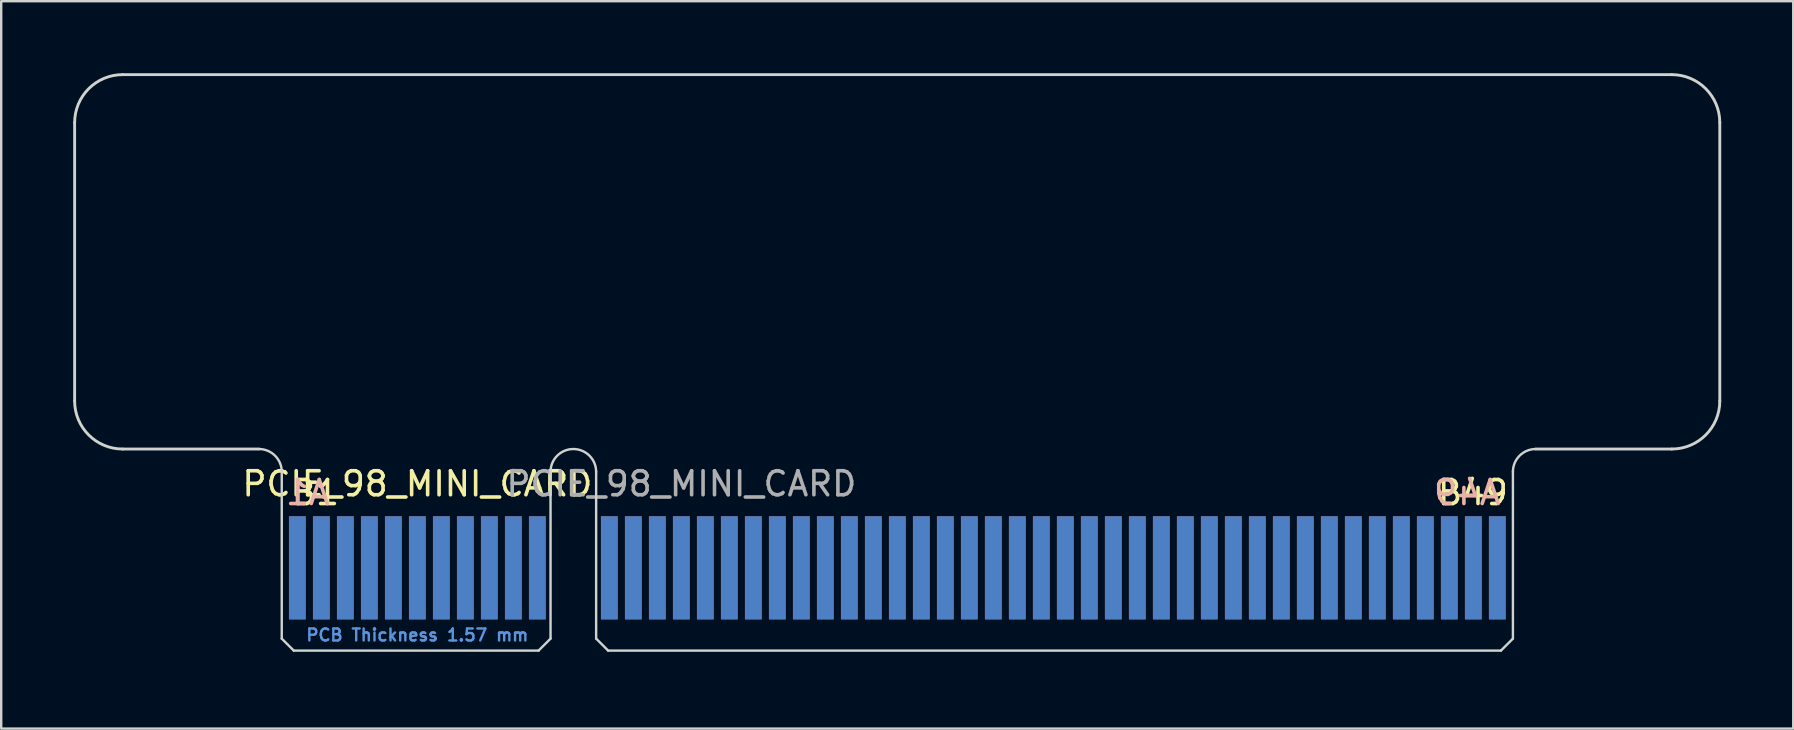
<source format=kicad_pcb>
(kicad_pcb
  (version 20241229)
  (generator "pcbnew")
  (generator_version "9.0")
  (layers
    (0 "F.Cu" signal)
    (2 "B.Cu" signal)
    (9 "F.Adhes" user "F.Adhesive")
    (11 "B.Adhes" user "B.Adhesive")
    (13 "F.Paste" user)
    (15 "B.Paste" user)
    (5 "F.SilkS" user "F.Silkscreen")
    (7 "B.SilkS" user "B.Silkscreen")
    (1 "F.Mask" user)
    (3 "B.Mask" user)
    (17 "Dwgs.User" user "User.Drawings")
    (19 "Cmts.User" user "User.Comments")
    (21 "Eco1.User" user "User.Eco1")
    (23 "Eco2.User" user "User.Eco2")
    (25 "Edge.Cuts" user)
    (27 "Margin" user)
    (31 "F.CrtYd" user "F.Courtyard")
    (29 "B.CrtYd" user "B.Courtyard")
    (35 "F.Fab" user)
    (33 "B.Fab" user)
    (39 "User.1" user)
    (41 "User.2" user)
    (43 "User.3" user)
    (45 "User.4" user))
  (footprint "PCIE_98_MINI_CARD"
    (layer "F.Cu")
    (at 20.84 24.06)
    (property "Reference" "PCIE_98_MINI_CARD" (at -6.5 -6.95 0) (layer "F.SilkS") (effects (font (size 1 1) (thickness 0.15))))
    (attr exclude_from_pos_files exclude_from_bom)
    (fp_line (start -20.78 -10.4) (end -20.78 -22) (stroke (width 0.12) (type default)) (layer "Edge.Cuts"))
    (fp_line (start -18.78 -24) (end 45.77 -24) (stroke (width 0.12) (type default)) (layer "Edge.Cuts"))
    (fp_line (start -13.1 -8.4) (end -18.78 -8.4) (stroke (width 0.12) (type default)) (layer "Edge.Cuts"))
    (fp_line (start -12.15 -7.45) (end -12.15 -0.5) (stroke (width 0.1) (type solid)) (layer "Edge.Cuts"))
    (fp_line (start -12.15 -0.5) (end -11.65 0) (stroke (width 0.1) (type solid)) (layer "Edge.Cuts"))
    (fp_line (start -11.65 0) (end -1.45 0) (stroke (width 0.1) (type solid)) (layer "Edge.Cuts"))
    (fp_line (start -0.95 -7.45) (end -0.95 -0.5) (stroke (width 0.1) (type solid)) (layer "Edge.Cuts"))
    (fp_line (start -0.95 -0.5) (end -1.45 0) (stroke (width 0.1) (type solid)) (layer "Edge.Cuts"))
    (fp_line (start 0.95 -7.45) (end 0.95 -0.5) (stroke (width 0.1) (type solid)) (layer "Edge.Cuts"))
    (fp_line (start 0.95 -0.5) (end 1.45 0) (stroke (width 0.1) (type solid)) (layer "Edge.Cuts"))
    (fp_line (start 1.45 0) (end 38.65 0) (stroke (width 0.1) (type solid)) (layer "Edge.Cuts"))
    (fp_line (start 39.15 -7.45) (end 39.15 -0.5) (stroke (width 0.1) (type solid)) (layer "Edge.Cuts"))
    (fp_line (start 39.15 -0.5) (end 38.65 0) (stroke (width 0.1) (type solid)) (layer "Edge.Cuts"))
    (fp_line (start 45.77 -8.4) (end 40.1 -8.4) (stroke (width 0.12) (type default)) (layer "Edge.Cuts"))
    (fp_line (start 47.77 -22) (end 47.77 -10.4) (stroke (width 0.12) (type default)) (layer "Edge.Cuts"))
    (fp_arc (start -20.78 -22) (mid -20.194214 -23.414214) (end -18.78 -24) (stroke (width 0.12) (type default)) (layer "Edge.Cuts"))
    (fp_arc (start -18.78 -8.4) (mid -20.194214 -8.985786) (end -20.78 -10.4) (stroke (width 0.12) (type default)) (layer "Edge.Cuts"))
    (fp_arc (start -13.1 -8.4) (mid -12.428248 -8.121752) (end -12.15 -7.45) (stroke (width 0.1) (type default)) (layer "Edge.Cuts"))
    (fp_arc (start -0.95 -7.45) (mid 0 -8.4) (end 0.95 -7.45) (stroke (width 0.1) (type solid)) (layer "Edge.Cuts"))
    (fp_arc (start 39.15 -7.45) (mid 39.428248 -8.121752) (end 40.1 -8.4) (stroke (width 0.1) (type default)) (layer "Edge.Cuts"))
    (fp_arc (start 45.77 -24) (mid 47.184214 -23.414214) (end 47.77 -22) (stroke (width 0.12) (type default)) (layer "Edge.Cuts"))
    (fp_arc (start 47.77 -10.4) (mid 47.184214 -8.985786) (end 45.77 -8.4) (stroke (width 0.12) (type default)) (layer "Edge.Cuts"))
    (fp_text user "B49" (at 35.93 -6 0) (unlocked yes) (layer "F.SilkS") (effects (font (size 1 1) (thickness 0.15)) (justify left bottom)))
    (fp_text user "B1" (at -11.82 -6 0) (unlocked yes) (layer "F.SilkS") (effects (font (size 1 1) (thickness 0.15)) (justify left bottom)))
    (fp_text user "A1" (at -10.06 -6 0) (unlocked yes) (layer "B.SilkS") (effects (font (size 1 1) (thickness 0.15)) (justify left bottom mirror)))
    (fp_text user "A49" (at 38.73 -6 0) (unlocked yes) (layer "B.SilkS") (effects (font (size 1 1) (thickness 0.15)) (justify left bottom mirror)))
    (fp_text user "PCB Thickness 1.57 mm" (at -6.5 -0.65 180) (layer "Cmts.User") (effects (font (size 0.5 0.5) (thickness 0.1))))
    (fp_text user "${REFERENCE}" (at 4.5 -6.95 0) (layer "F.Fab") (effects (font (size 1 1) (thickness 0.15))))
    (pad "A1" connect rect (at -11.5 -3.45) (size 0.7 4.3) (layers "B.Cu" "B.Mask"))
    (pad "A2" connect rect (at -10.5 -3.45) (size 0.7 4.3) (layers "B.Cu" "B.Mask"))
    (pad "A3" connect rect (at -9.5 -3.45) (size 0.7 4.3) (layers "B.Cu" "B.Mask"))
    (pad "A4" connect rect (at -8.5 -3.45) (size 0.7 4.3) (layers "B.Cu" "B.Mask"))
    (pad "A5" connect rect (at -7.5 -3.45) (size 0.7 4.3) (layers "B.Cu" "B.Mask"))
    (pad "A6" connect rect (at -6.5 -3.45) (size 0.7 4.3) (layers "B.Cu" "B.Mask"))
    (pad "A7" connect rect (at -5.5 -3.45) (size 0.7 4.3) (layers "B.Cu" "B.Mask"))
    (pad "A8" connect rect (at -4.5 -3.45) (size 0.7 4.3) (layers "B.Cu" "B.Mask"))
    (pad "A9" connect rect (at -3.5 -3.45) (size 0.7 4.3) (layers "B.Cu" "B.Mask"))
    (pad "A10" connect rect (at -2.5 -3.45) (size 0.7 4.3) (layers "B.Cu" "B.Mask"))
    (pad "A11" connect rect (at -1.5 -3.45) (size 0.7 4.3) (layers "B.Cu" "B.Mask"))
    (pad "A12" connect rect (at 1.5 -3.45) (size 0.7 4.3) (layers "B.Cu" "B.Mask"))
    (pad "A13" connect rect (at 2.5 -3.45) (size 0.7 4.3) (layers "B.Cu" "B.Mask"))
    (pad "A14" connect rect (at 3.5 -3.45) (size 0.7 4.3) (layers "B.Cu" "B.Mask"))
    (pad "A15" connect rect (at 4.5 -3.45) (size 0.7 4.3) (layers "B.Cu" "B.Mask"))
    (pad "A16" connect rect (at 5.5 -3.45) (size 0.7 4.3) (layers "B.Cu" "B.Mask"))
    (pad "A17" connect rect (at 6.5 -3.45) (size 0.7 4.3) (layers "B.Cu" "B.Mask"))
    (pad "A18" connect rect (at 7.5 -3.45) (size 0.7 4.3) (layers "B.Cu" "B.Mask"))
    (pad "A19" connect rect (at 8.5 -3.45) (size 0.7 4.3) (layers "B.Cu" "B.Mask"))
    (pad "A20" connect rect (at 9.5 -3.45) (size 0.7 4.3) (layers "B.Cu" "B.Mask"))
    (pad "A21" connect rect (at 10.5 -3.45) (size 0.7 4.3) (layers "B.Cu" "B.Mask"))
    (pad "A22" connect rect (at 11.5 -3.45) (size 0.7 4.3) (layers "B.Cu" "B.Mask"))
    (pad "A23" connect rect (at 12.5 -3.45) (size 0.7 4.3) (layers "B.Cu" "B.Mask"))
    (pad "A24" connect rect (at 13.5 -3.45) (size 0.7 4.3) (layers "B.Cu" "B.Mask"))
    (pad "A25" connect rect (at 14.5 -3.45) (size 0.7 4.3) (layers "B.Cu" "B.Mask"))
    (pad "A26" connect rect (at 15.5 -3.45) (size 0.7 4.3) (layers "B.Cu" "B.Mask"))
    (pad "A27" connect rect (at 16.5 -3.45) (size 0.7 4.3) (layers "B.Cu" "B.Mask"))
    (pad "A28" connect rect (at 17.5 -3.45) (size 0.7 4.3) (layers "B.Cu" "B.Mask"))
    (pad "A29" connect rect (at 18.5 -3.45) (size 0.7 4.3) (layers "B.Cu" "B.Mask"))
    (pad "A30" connect rect (at 19.5 -3.45) (size 0.7 4.3) (layers "B.Cu" "B.Mask"))
    (pad "A31" connect rect (at 20.5 -3.45) (size 0.7 4.3) (layers "B.Cu" "B.Mask"))
    (pad "A32" connect rect (at 21.5 -3.45) (size 0.7 4.3) (layers "B.Cu" "B.Mask"))
    (pad "A33" connect rect (at 22.5 -3.45) (size 0.7 4.3) (layers "B.Cu" "B.Mask"))
    (pad "A34" connect rect (at 23.5 -3.45) (size 0.7 4.3) (layers "B.Cu" "B.Mask"))
    (pad "A35" connect rect (at 24.5 -3.45) (size 0.7 4.3) (layers "B.Cu" "B.Mask"))
    (pad "A36" connect rect (at 25.5 -3.45) (size 0.7 4.3) (layers "B.Cu" "B.Mask"))
    (pad "A37" connect rect (at 26.5 -3.45) (size 0.7 4.3) (layers "B.Cu" "B.Mask"))
    (pad "A38" connect rect (at 27.5 -3.45) (size 0.7 4.3) (layers "B.Cu" "B.Mask"))
    (pad "A39" connect rect (at 28.5 -3.45) (size 0.7 4.3) (layers "B.Cu" "B.Mask"))
    (pad "A40" connect rect (at 29.5 -3.45) (size 0.7 4.3) (layers "B.Cu" "B.Mask"))
    (pad "A41" connect rect (at 30.5 -3.45) (size 0.7 4.3) (layers "B.Cu" "B.Mask"))
    (pad "A42" connect rect (at 31.5 -3.45) (size 0.7 4.3) (layers "B.Cu" "B.Mask"))
    (pad "A43" connect rect (at 32.5 -3.45) (size 0.7 4.3) (layers "B.Cu" "B.Mask"))
    (pad "A44" connect rect (at 33.5 -3.45) (size 0.7 4.3) (layers "B.Cu" "B.Mask"))
    (pad "A45" connect rect (at 34.5 -3.45) (size 0.7 4.3) (layers "B.Cu" "B.Mask"))
    (pad "A46" connect rect (at 35.5 -3.45) (size 0.7 4.3) (layers "B.Cu" "B.Mask"))
    (pad "A47" connect rect (at 36.5 -3.45) (size 0.7 4.3) (layers "B.Cu" "B.Mask"))
    (pad "A48" connect rect (at 37.5 -3.45) (size 0.7 4.3) (layers "B.Cu" "B.Mask"))
    (pad "A49" connect rect (at 38.5 -3.45) (size 0.7 4.3) (layers "B.Cu" "B.Mask"))
    (pad "B1" connect rect (at -11.5 -3.45) (size 0.7 4.3) (layers "F.Cu" "F.Mask"))
    (pad "B2" connect rect (at -10.5 -3.45) (size 0.7 4.3) (layers "F.Cu" "F.Mask"))
    (pad "B3" connect rect (at -9.5 -3.45) (size 0.7 4.3) (layers "F.Cu" "F.Mask"))
    (pad "B4" connect rect (at -8.5 -3.45) (size 0.7 4.3) (layers "F.Cu" "F.Mask"))
    (pad "B5" connect rect (at -7.5 -3.45) (size 0.7 4.3) (layers "F.Cu" "F.Mask"))
    (pad "B6" connect rect (at -6.5 -3.45) (size 0.7 4.3) (layers "F.Cu" "F.Mask"))
    (pad "B7" connect rect (at -5.5 -3.45) (size 0.7 4.3) (layers "F.Cu" "F.Mask"))
    (pad "B8" connect rect (at -4.5 -3.45) (size 0.7 4.3) (layers "F.Cu" "F.Mask"))
    (pad "B9" connect rect (at -3.5 -3.45) (size 0.7 4.3) (layers "F.Cu" "F.Mask"))
    (pad "B10" connect rect (at -2.5 -3.45) (size 0.7 4.3) (layers "F.Cu" "F.Mask"))
    (pad "B11" connect rect (at -1.5 -3.45) (size 0.7 4.3) (layers "F.Cu" "F.Mask"))
    (pad "B12" connect rect (at 1.5 -3.45) (size 0.7 4.3) (layers "F.Cu" "F.Mask"))
    (pad "B13" connect rect (at 2.5 -3.45) (size 0.7 4.3) (layers "F.Cu" "F.Mask"))
    (pad "B14" connect rect (at 3.5 -3.45) (size 0.7 4.3) (layers "F.Cu" "F.Mask"))
    (pad "B15" connect rect (at 4.5 -3.45) (size 0.7 4.3) (layers "F.Cu" "F.Mask"))
    (pad "B16" connect rect (at 5.5 -3.45) (size 0.7 4.3) (layers "F.Cu" "F.Mask"))
    (pad "B17" connect rect (at 6.5 -3.45) (size 0.7 4.3) (layers "F.Cu" "F.Mask"))
    (pad "B18" connect rect (at 7.5 -3.45) (size 0.7 4.3) (layers "F.Cu" "F.Mask"))
    (pad "B19" connect rect (at 8.5 -3.45) (size 0.7 4.3) (layers "F.Cu" "F.Mask"))
    (pad "B20" connect rect (at 9.5 -3.45) (size 0.7 4.3) (layers "F.Cu" "F.Mask"))
    (pad "B21" connect rect (at 10.5 -3.45) (size 0.7 4.3) (layers "F.Cu" "F.Mask"))
    (pad "B22" connect rect (at 11.5 -3.45) (size 0.7 4.3) (layers "F.Cu" "F.Mask"))
    (pad "B23" connect rect (at 12.5 -3.45) (size 0.7 4.3) (layers "F.Cu" "F.Mask"))
    (pad "B24" connect rect (at 13.5 -3.45) (size 0.7 4.3) (layers "F.Cu" "F.Mask"))
    (pad "B25" connect rect (at 14.5 -3.45) (size 0.7 4.3) (layers "F.Cu" "F.Mask"))
    (pad "B26" connect rect (at 15.5 -3.45) (size 0.7 4.3) (layers "F.Cu" "F.Mask"))
    (pad "B27" connect rect (at 16.5 -3.45) (size 0.7 4.3) (layers "F.Cu" "F.Mask"))
    (pad "B28" connect rect (at 17.5 -3.45) (size 0.7 4.3) (layers "F.Cu" "F.Mask"))
    (pad "B29" connect rect (at 18.5 -3.45) (size 0.7 4.3) (layers "F.Cu" "F.Mask"))
    (pad "B30" connect rect (at 19.5 -3.45) (size 0.7 4.3) (layers "F.Cu" "F.Mask"))
    (pad "B31" connect rect (at 20.5 -3.45) (size 0.7 4.3) (layers "F.Cu" "F.Mask"))
    (pad "B32" connect rect (at 21.5 -3.45) (size 0.7 4.3) (layers "F.Cu" "F.Mask"))
    (pad "B33" connect rect (at 22.5 -3.45) (size 0.7 4.3) (layers "F.Cu" "F.Mask"))
    (pad "B34" connect rect (at 23.5 -3.45) (size 0.7 4.3) (layers "F.Cu" "F.Mask"))
    (pad "B35" connect rect (at 24.5 -3.45) (size 0.7 4.3) (layers "F.Cu" "F.Mask"))
    (pad "B36" connect rect (at 25.5 -3.45) (size 0.7 4.3) (layers "F.Cu" "F.Mask"))
    (pad "B37" connect rect (at 26.5 -3.45) (size 0.7 4.3) (layers "F.Cu" "F.Mask"))
    (pad "B38" connect rect (at 27.5 -3.45) (size 0.7 4.3) (layers "F.Cu" "F.Mask"))
    (pad "B39" connect rect (at 28.5 -3.45) (size 0.7 4.3) (layers "F.Cu" "F.Mask"))
    (pad "B40" connect rect (at 29.5 -3.45) (size 0.7 4.3) (layers "F.Cu" "F.Mask"))
    (pad "B41" connect rect (at 30.5 -3.45) (size 0.7 4.3) (layers "F.Cu" "F.Mask"))
    (pad "B42" connect rect (at 31.5 -3.45) (size 0.7 4.3) (layers "F.Cu" "F.Mask"))
    (pad "B43" connect rect (at 32.5 -3.45) (size 0.7 4.3) (layers "F.Cu" "F.Mask"))
    (pad "B44" connect rect (at 33.5 -3.45) (size 0.7 4.3) (layers "F.Cu" "F.Mask"))
    (pad "B45" connect rect (at 34.5 -3.45) (size 0.7 4.3) (layers "F.Cu" "F.Mask"))
    (pad "B46" connect rect (at 35.5 -3.45) (size 0.7 4.3) (layers "F.Cu" "F.Mask"))
    (pad "B47" connect rect (at 36.5 -3.45) (size 0.7 4.3) (layers "F.Cu" "F.Mask"))
    (pad "B48" connect rect (at 37.5 -3.45) (size 0.7 4.3) (layers "F.Cu" "F.Mask"))
    (pad "B49" connect rect (at 38.5 -3.45) (size 0.7 4.3) (layers "F.Cu" "F.Mask")))
  (gr_rect
    (start -3 -3)
    (end 71.67 27.31)
    (stroke (width 0.1) (type default))
    (fill no)
    (layer "Edge.Cuts")))
</source>
